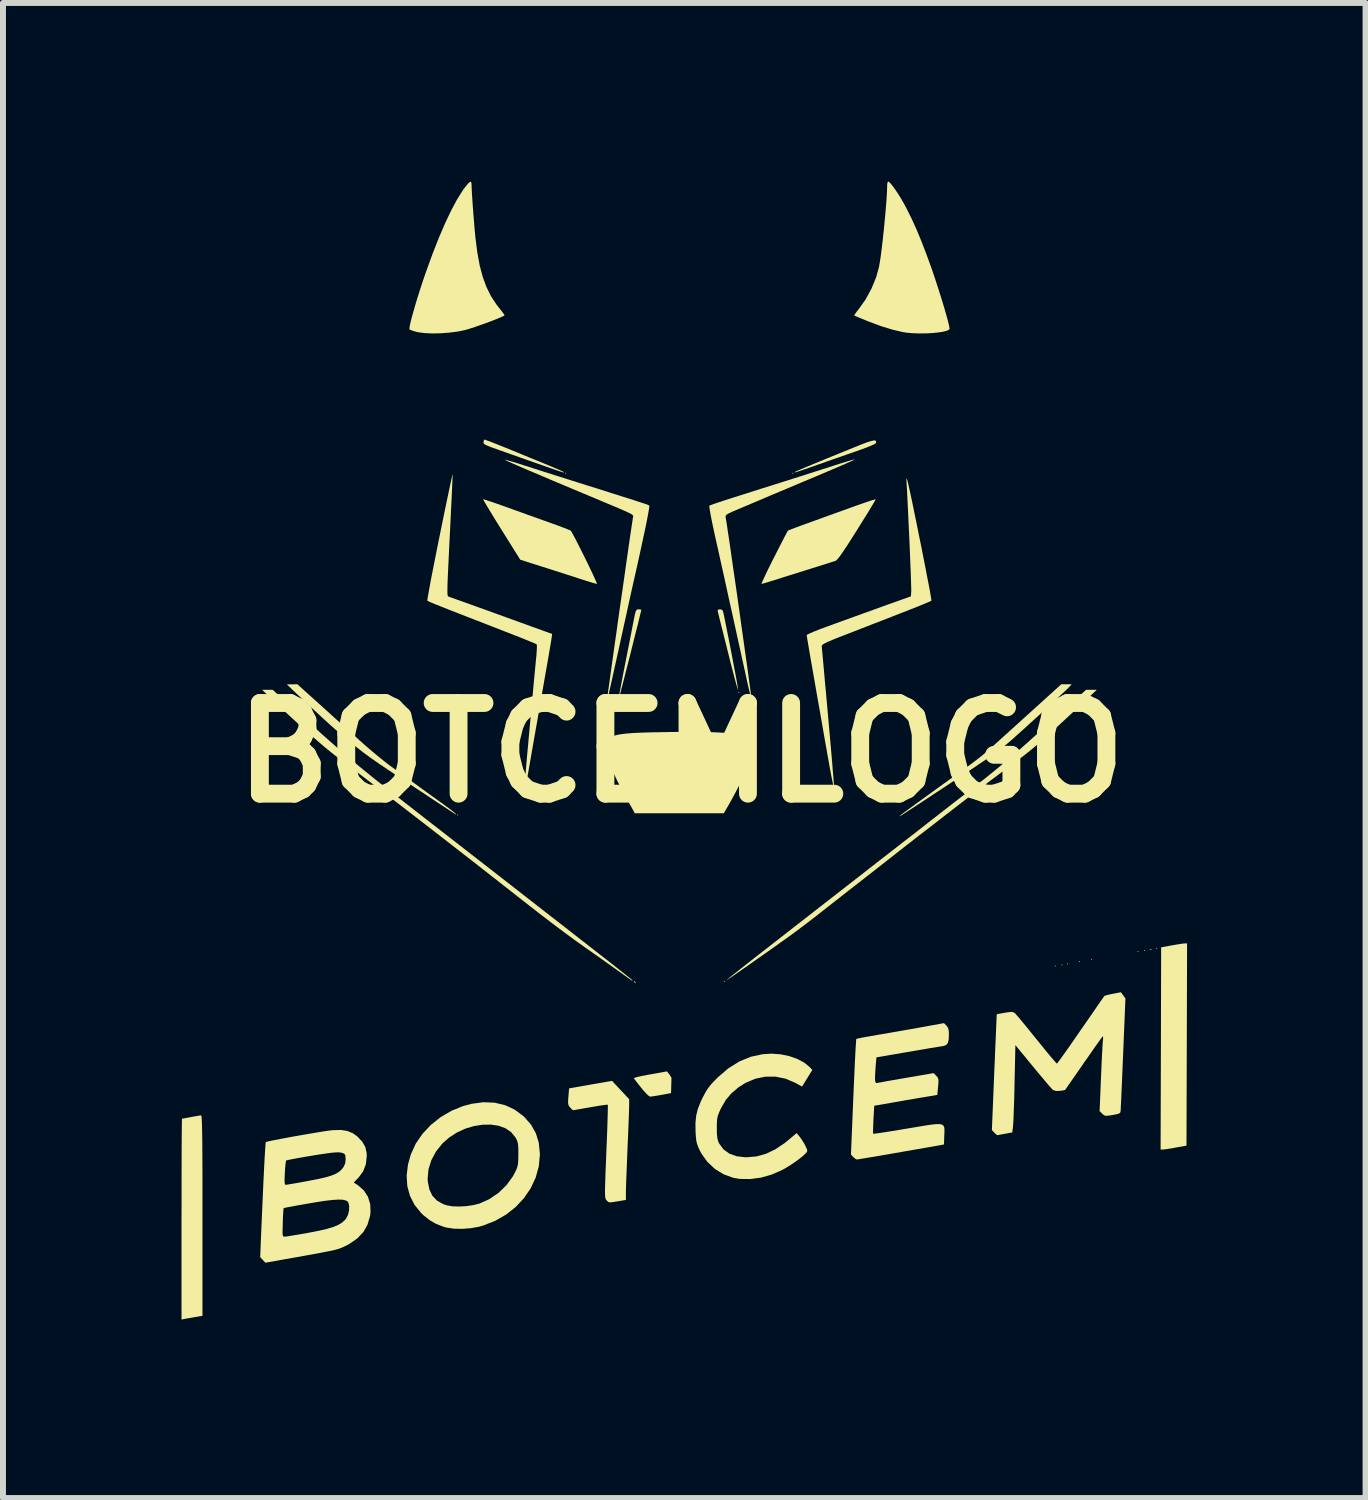
<source format=kicad_pcb>
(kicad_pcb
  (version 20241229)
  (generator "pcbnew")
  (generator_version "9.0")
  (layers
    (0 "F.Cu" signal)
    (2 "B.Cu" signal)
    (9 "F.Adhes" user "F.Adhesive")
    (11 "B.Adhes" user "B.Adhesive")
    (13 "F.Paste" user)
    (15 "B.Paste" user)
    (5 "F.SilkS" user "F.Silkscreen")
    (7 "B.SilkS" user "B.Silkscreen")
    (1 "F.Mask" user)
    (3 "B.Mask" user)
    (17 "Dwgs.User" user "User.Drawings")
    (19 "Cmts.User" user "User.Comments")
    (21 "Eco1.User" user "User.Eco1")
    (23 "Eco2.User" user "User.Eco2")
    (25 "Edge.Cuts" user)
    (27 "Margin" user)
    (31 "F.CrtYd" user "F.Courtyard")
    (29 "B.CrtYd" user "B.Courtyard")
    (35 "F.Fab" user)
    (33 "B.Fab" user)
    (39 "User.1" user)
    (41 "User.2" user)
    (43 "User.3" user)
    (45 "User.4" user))
  (footprint "BOTCEMLOGO"
    (layer "F.Cu")
    (at 8.393 9.597)
    (property "Reference" "BOTCEMLOGO" (at 0 0 0) (layer "F.SilkS") (effects (font (size 1.524 1.524) (thickness 0.3))))
    (attr board_only exclude_from_pos_files exclude_from_bom)
    (fp_poly (pts (xy -3.742 1.047) (xy -3.752 1.056) (xy -3.761 1.047) (xy -3.752 1.037)) (stroke (width 0) (type solid)) (fill yes) (layer "F.SilkS"))
    (fp_poly (pts (xy -1.927 -4.696) (xy -1.936 -4.687) (xy -1.945 -4.696) (xy -1.936 -4.706)) (stroke (width 0) (type solid)) (fill yes) (layer "F.SilkS"))
    (fp_poly (pts (xy -1.037 -0.917) (xy -1.047 -0.908) (xy -1.056 -0.917) (xy -1.047 -0.926)) (stroke (width 0) (type solid)) (fill yes) (layer "F.SilkS"))
    (fp_poly (pts (xy 0.741 3.844) (xy 0.732 3.854) (xy 0.723 3.844) (xy 0.732 3.835)) (stroke (width 0) (type solid)) (fill yes) (layer "F.SilkS"))
    (fp_poly (pts (xy 0.982 -1.01) (xy 0.973 -1) (xy 0.963 -1.01) (xy 0.973 -1.019)) (stroke (width 0) (type solid)) (fill yes) (layer "F.SilkS"))
    (fp_poly (pts (xy 1.89 -4.696) (xy 1.88 -4.687) (xy 1.871 -4.696) (xy 1.88 -4.706)) (stroke (width 0) (type solid)) (fill yes) (layer "F.SilkS"))
    (fp_poly (pts (xy 6.299 3.585) (xy 6.29 3.594) (xy 6.281 3.585) (xy 6.29 3.576)) (stroke (width 0) (type solid)) (fill yes) (layer "F.SilkS"))
    (fp_poly (pts (xy 6.41 3.566) (xy 6.401 3.576) (xy 6.392 3.566) (xy 6.401 3.557)) (stroke (width 0) (type solid)) (fill yes) (layer "F.SilkS"))
    (fp_poly (pts (xy 6.503 3.548) (xy 6.494 3.557) (xy 6.484 3.548) (xy 6.494 3.539)) (stroke (width 0) (type solid)) (fill yes) (layer "F.SilkS"))
    (fp_poly (pts (xy 6.707 3.511) (xy 6.697 3.52) (xy 6.688 3.511) (xy 6.697 3.502)) (stroke (width 0) (type solid)) (fill yes) (layer "F.SilkS"))
    (fp_poly (pts (xy 6.91 3.474) (xy 6.901 3.483) (xy 6.892 3.474) (xy 6.901 3.464)) (stroke (width 0) (type solid)) (fill yes) (layer "F.SilkS"))
    (fp_poly (pts (xy 7.689 3.344) (xy 7.679 3.353) (xy 7.67 3.344) (xy 7.679 3.335)) (stroke (width 0) (type solid)) (fill yes) (layer "F.SilkS"))
    (fp_poly (pts (xy 7.8 3.326) (xy 7.79 3.335) (xy 7.781 3.326) (xy 7.79 3.316)) (stroke (width 0) (type solid)) (fill yes) (layer "F.SilkS"))
    (fp_poly (pts (xy 8.004 3.288) (xy 7.994 3.298) (xy 7.985 3.288) (xy 7.994 3.279)) (stroke (width 0) (type solid)) (fill yes) (layer "F.SilkS"))
    (fp_poly (pts (xy -2.637 0.663) (xy -2.634 0.692) (xy -2.638 0.699) (xy -2.647 0.693) (xy -2.648 0.675) (xy -2.643 0.655)) (stroke (width 0) (type solid)) (fill yes) (layer "F.SilkS"))
    (fp_poly (pts (xy -1.247 -0.856) (xy -1.245 -0.827) (xy -1.249 -0.82) (xy -1.257 -0.826) (xy -1.258 -0.845) (xy -1.254 -0.864)) (stroke (width 0) (type solid)) (fill yes) (layer "F.SilkS"))
    (fp_poly (pts (xy 1.198 -0.883) (xy 1.2 -0.861) (xy 1.198 -0.858) (xy 1.187 -0.861) (xy 1.186 -0.871) (xy 1.192 -0.886)) (stroke (width 0) (type solid)) (fill yes) (layer "F.SilkS"))
    (fp_poly (pts (xy 7.905 3.304) (xy 7.902 3.315) (xy 7.892 3.316) (xy 7.877 3.309) (xy 7.88 3.304) (xy 7.902 3.302)) (stroke (width 0) (type solid)) (fill yes) (layer "F.SilkS"))
    (fp_poly (pts (xy -0.781 3.843) (xy -0.761 3.861) (xy -0.765 3.872) (xy -0.768 3.872) (xy -0.783 3.859) (xy -0.789 3.851) (xy -0.791 3.838)) (stroke (width 0) (type solid)) (fill yes) (layer "F.SilkS"))
    (fp_poly (pts (xy 8.499 4.904) (xy 8.494 6.603) (xy 8.318 6.635) (xy 8.237 6.65) (xy 8.166 6.661) (xy 8.115 6.668) (xy 8.101 6.669) (xy 8.059 6.67) (xy 8.064 4.971) (xy 8.068 3.272) (xy 8.244 3.239) (xy 8.325 3.225) (xy 8.397 3.214) (xy 8.447 3.207) (xy 8.462 3.206) (xy 8.504 3.205)) (stroke (width 0) (type solid)) (fill yes) (layer "F.SilkS"))
    (fp_poly (pts (xy -0.197 5.405) (xy -0.171 5.443) (xy -0.159 5.468) (xy -0.159 5.47) (xy -0.161 5.494) (xy -0.162 5.545) (xy -0.164 5.602) (xy -0.167 5.721) (xy -0.329 5.751) (xy -0.405 5.764) (xy -0.469 5.774) (xy -0.512 5.78) (xy -0.52 5.78) (xy -0.543 5.767) (xy -0.583 5.73) (xy -0.632 5.676) (xy -0.668 5.632) (xy -0.718 5.569) (xy -0.759 5.516) (xy -0.785 5.48) (xy -0.792 5.47) (xy -0.777 5.462) (xy -0.731 5.449) (xy -0.66 5.433) (xy -0.572 5.416) (xy -0.516 5.406) (xy -0.236 5.356)) (stroke (width 0) (type solid)) (fill yes) (layer "F.SilkS"))
    (fp_poly (pts (xy 0.683 -2.404) (xy 0.701 -2.386) (xy 0.714 -2.344) (xy 0.721 -2.311) (xy 0.76 -2.116) (xy 0.798 -1.928) (xy 0.833 -1.749) (xy 0.865 -1.583) (xy 0.893 -1.433) (xy 0.918 -1.304) (xy 0.937 -1.198) (xy 0.951 -1.118) (xy 0.958 -1.069) (xy 0.959 -1.053) (xy 0.954 -1.066) (xy 0.94 -1.111) (xy 0.919 -1.184) (xy 0.893 -1.282) (xy 0.862 -1.401) (xy 0.827 -1.536) (xy 0.79 -1.685) (xy 0.787 -1.697) (xy 0.749 -1.849) (xy 0.714 -1.989) (xy 0.682 -2.115) (xy 0.655 -2.222) (xy 0.635 -2.305) (xy 0.621 -2.36) (xy 0.615 -2.384) (xy 0.615 -2.385) (xy 0.625 -2.403) (xy 0.655 -2.408)) (stroke (width 0) (type solid)) (fill yes) (layer "F.SilkS"))
    (fp_poly (pts (xy 3.275 -5.24) (xy 3.279 -5.217) (xy 3.274 -5.201) (xy 3.254 -5.187) (xy 3.205 -5.163) (xy 3.132 -5.133) (xy 3.041 -5.099) (xy 2.952 -5.067) (xy 2.828 -5.024) (xy 2.682 -4.973) (xy 2.528 -4.92) (xy 2.379 -4.867) (xy 2.281 -4.833) (xy 2.15 -4.786) (xy 2.05 -4.752) (xy 1.979 -4.728) (xy 1.934 -4.714) (xy 1.912 -4.709) (xy 1.91 -4.712) (xy 1.926 -4.723) (xy 1.929 -4.725) (xy 1.955 -4.736) (xy 2.01 -4.76) (xy 2.092 -4.795) (xy 2.196 -4.838) (xy 2.318 -4.888) (xy 2.453 -4.944) (xy 2.599 -5.003) (xy 2.75 -5.065) (xy 2.903 -5.127) (xy 3.017 -5.173) (xy 3.124 -5.214) (xy 3.201 -5.238) (xy 3.25 -5.247)) (stroke (width 0) (type solid)) (fill yes) (layer "F.SilkS"))
    (fp_poly (pts (xy -0.678 -2.405) (xy -0.667 -2.4) (xy -0.671 -2.379) (xy -0.684 -2.327) (xy -0.703 -2.249) (xy -0.727 -2.149) (xy -0.757 -2.033) (xy -0.789 -1.904) (xy -0.823 -1.768) (xy -0.858 -1.628) (xy -0.893 -1.491) (xy -0.927 -1.36) (xy -0.957 -1.24) (xy -0.984 -1.136) (xy -1.006 -1.053) (xy -1.021 -0.995) (xy -1.029 -0.967) (xy -1.03 -0.965) (xy -1.037 -0.97) (xy -1.037 -0.973) (xy -1.034 -0.993) (xy -1.024 -1.045) (xy -1.009 -1.124) (xy -0.99 -1.226) (xy -0.967 -1.345) (xy -0.941 -1.478) (xy -0.913 -1.619) (xy -0.885 -1.764) (xy -0.856 -1.908) (xy -0.829 -2.047) (xy -0.804 -2.176) (xy -0.781 -2.29) (xy -0.777 -2.311) (xy -0.763 -2.368) (xy -0.748 -2.397) (xy -0.726 -2.408) (xy -0.712 -2.408)) (stroke (width 0) (type solid)) (fill yes) (layer "F.SilkS"))
    (fp_poly (pts (xy -3.298 -5.259) (xy -3.277 -5.252) (xy -3.241 -5.239) (xy -3.186 -5.219) (xy -3.111 -5.189) (xy -3.013 -5.15) (xy -2.889 -5.1) (xy -2.738 -5.038) (xy -2.556 -4.963) (xy -2.446 -4.918) (xy -2.297 -4.857) (xy -2.18 -4.809) (xy -2.091 -4.771) (xy -2.028 -4.744) (xy -1.988 -4.725) (xy -1.969 -4.713) (xy -1.966 -4.708) (xy -1.973 -4.708) (xy -1.995 -4.714) (xy -2.047 -4.731) (xy -2.124 -4.757) (xy -2.22 -4.79) (xy -2.331 -4.829) (xy -2.408 -4.856) (xy -2.545 -4.904) (xy -2.687 -4.954) (xy -2.825 -5.003) (xy -2.95 -5.047) (xy -3.052 -5.083) (xy -3.075 -5.092) (xy -3.175 -5.127) (xy -3.244 -5.154) (xy -3.288 -5.174) (xy -3.311 -5.191) (xy -3.319 -5.207) (xy -3.319 -5.216) (xy -3.311 -5.249) (xy -3.306 -5.259)) (stroke (width 0) (type solid)) (fill yes) (layer "F.SilkS"))
    (fp_poly (pts (xy -8.06 6.102) (xy -8.056 6.124) (xy -8.053 6.163) (xy -8.05 6.22) (xy -8.048 6.299) (xy -8.046 6.4) (xy -8.044 6.525) (xy -8.043 6.677) (xy -8.042 6.857) (xy -8.041 7.067) (xy -8.041 7.309) (xy -8.041 7.586) (xy -8.041 7.779) (xy -8.041 9.463) (xy -8.166 9.484) (xy -8.238 9.497) (xy -8.303 9.508) (xy -8.342 9.515) (xy -8.393 9.526) (xy -8.393 7.838) (xy -8.392 7.592) (xy -8.392 7.356) (xy -8.392 7.134) (xy -8.391 6.927) (xy -8.391 6.74) (xy -8.39 6.573) (xy -8.389 6.431) (xy -8.388 6.315) (xy -8.387 6.228) (xy -8.386 6.172) (xy -8.385 6.151) (xy -8.385 6.151) (xy -8.364 6.148) (xy -8.317 6.139) (xy -8.251 6.127) (xy -8.232 6.123) (xy -8.161 6.11) (xy -8.102 6.1) (xy -8.067 6.095) (xy -8.064 6.095)) (stroke (width 0) (type solid)) (fill yes) (layer "F.SilkS"))
    (fp_poly (pts (xy 0.335 -0.348) (xy 0.537 -0.343) (xy 0.708 -0.335) (xy 0.85 -0.324) (xy 0.967 -0.308) (xy 1.059 -0.288) (xy 1.129 -0.264) (xy 1.18 -0.236) (xy 1.19 -0.227) (xy 1.215 -0.182) (xy 1.222 -0.11) (xy 1.211 -0.018) (xy 1.184 0.09) (xy 1.179 0.105) (xy 1.148 0.185) (xy 1.102 0.289) (xy 1.046 0.41) (xy 0.983 0.539) (xy 0.916 0.669) (xy 0.85 0.791) (xy 0.808 0.866) (xy 0.719 1.019) (xy -0.775 1.019) (xy -0.923 0.755) (xy -0.998 0.616) (xy -1.071 0.473) (xy -1.137 0.333) (xy -1.194 0.205) (xy -1.237 0.095) (xy -1.26 0.028) (xy -1.272 -0.041) (xy -1.276 -0.115) (xy -1.275 -0.129) (xy -1.267 -0.185) (xy -1.247 -0.219) (xy -1.211 -0.245) (xy -1.169 -0.267) (xy -1.121 -0.285) (xy -1.064 -0.3) (xy -0.994 -0.312) (xy -0.907 -0.322) (xy -0.8 -0.33) (xy -0.669 -0.336) (xy -0.511 -0.341) (xy -0.323 -0.344) (xy -0.169 -0.347) (xy 0.1 -0.349)) (stroke (width 0) (type solid)) (fill yes) (layer "F.SilkS"))
    (fp_poly (pts (xy -3.307 -4.254) (xy -3.259 -4.239) (xy -3.185 -4.214) (xy -3.091 -4.182) (xy -2.981 -4.143) (xy -2.896 -4.113) (xy -2.755 -4.062) (xy -2.603 -4.007) (xy -2.452 -3.953) (xy -2.312 -3.903) (xy -2.194 -3.861) (xy -2.169 -3.852) (xy -2.069 -3.816) (xy -1.982 -3.783) (xy -1.912 -3.756) (xy -1.867 -3.737) (xy -1.852 -3.729) (xy -1.835 -3.703) (xy -1.806 -3.65) (xy -1.767 -3.577) (xy -1.722 -3.488) (xy -1.672 -3.389) (xy -1.62 -3.285) (xy -1.569 -3.181) (xy -1.521 -3.081) (xy -1.479 -2.992) (xy -1.445 -2.918) (xy -1.422 -2.865) (xy -1.412 -2.838) (xy -1.413 -2.835) (xy -1.437 -2.841) (xy -1.491 -2.856) (xy -1.566 -2.879) (xy -1.657 -2.908) (xy -1.714 -2.926) (xy -1.826 -2.963) (xy -1.961 -3.006) (xy -2.107 -3.053) (xy -2.25 -3.099) (xy -2.346 -3.129) (xy -2.701 -3.242) (xy -3.017 -3.747) (xy -3.093 -3.869) (xy -3.162 -3.982) (xy -3.222 -4.08) (xy -3.27 -4.16) (xy -3.305 -4.219) (xy -3.323 -4.252) (xy -3.326 -4.258)) (stroke (width 0) (type solid)) (fill yes) (layer "F.SilkS"))
    (fp_poly (pts (xy -6.081 -0.82) (xy -5.96 -0.711) (xy -5.828 -0.591) (xy -5.692 -0.469) (xy -5.562 -0.352) (xy -5.447 -0.248) (xy -5.409 -0.213) (xy -5.304 -0.12) (xy -5.193 -0.025) (xy -5.085 0.065) (xy -4.987 0.144) (xy -4.907 0.206) (xy -4.899 0.212) (xy -4.805 0.28) (xy -4.704 0.353) (xy -4.608 0.422) (xy -4.539 0.473) (xy -4.472 0.521) (xy -4.384 0.585) (xy -4.281 0.659) (xy -4.174 0.737) (xy -4.08 0.804) (xy -3.971 0.883) (xy -3.89 0.943) (xy -3.833 0.986) (xy -3.798 1.015) (xy -3.782 1.031) (xy -3.781 1.037) (xy -3.784 1.037) (xy -3.8 1.028) (xy -3.843 1) (xy -3.908 0.958) (xy -3.991 0.903) (xy -4.087 0.84) (xy -4.16 0.792) (xy -4.289 0.706) (xy -4.439 0.607) (xy -4.597 0.503) (xy -4.753 0.4) (xy -4.896 0.305) (xy -4.932 0.281) (xy -5.074 0.186) (xy -5.207 0.093) (xy -5.335 -0.001) (xy -5.463 -0.1) (xy -5.594 -0.205) (xy -5.73 -0.322) (xy -5.878 -0.451) (xy -6.039 -0.598) (xy -6.218 -0.764) (xy -6.419 -0.953) (xy -6.457 -0.989) (xy -6.623 -1.147) (xy -6.534 -1.148) (xy -6.446 -1.149)) (stroke (width 0) (type solid)) (fill yes) (layer "F.SilkS"))
    (fp_poly (pts (xy 3.263 -4.24) (xy 3.238 -4.196) (xy 3.197 -4.128) (xy 3.144 -4.039) (xy 3.079 -3.935) (xy 3.006 -3.818) (xy 2.959 -3.743) (xy 2.864 -3.593) (xy 2.787 -3.472) (xy 2.724 -3.379) (xy 2.676 -3.309) (xy 2.639 -3.262) (xy 2.612 -3.233) (xy 2.594 -3.221) (xy 2.565 -3.213) (xy 2.506 -3.194) (xy 2.421 -3.167) (xy 2.314 -3.133) (xy 2.189 -3.094) (xy 2.052 -3.051) (xy 1.958 -3.021) (xy 1.816 -2.977) (xy 1.686 -2.936) (xy 1.572 -2.9) (xy 1.477 -2.871) (xy 1.406 -2.85) (xy 1.364 -2.837) (xy 1.353 -2.835) (xy 1.357 -2.85) (xy 1.376 -2.895) (xy 1.408 -2.964) (xy 1.45 -3.053) (xy 1.502 -3.158) (xy 1.56 -3.274) (xy 1.561 -3.275) (xy 1.62 -3.392) (xy 1.675 -3.499) (xy 1.722 -3.59) (xy 1.759 -3.662) (xy 1.784 -3.709) (xy 1.795 -3.728) (xy 1.803 -3.733) (xy 1.824 -3.742) (xy 1.859 -3.756) (xy 1.911 -3.776) (xy 1.982 -3.802) (xy 2.074 -3.836) (xy 2.19 -3.878) (xy 2.331 -3.929) (xy 2.501 -3.991) (xy 2.7 -4.062) (xy 2.932 -4.146) (xy 2.952 -4.153) (xy 3.052 -4.188) (xy 3.14 -4.218) (xy 3.21 -4.241) (xy 3.255 -4.254) (xy 3.271 -4.257)) (stroke (width 0) (type solid)) (fill yes) (layer "F.SilkS"))
    (fp_poly (pts (xy -1.015 5.669) (xy -0.871 5.823) (xy -0.871 5.926) (xy -0.872 5.97) (xy -0.874 6.045) (xy -0.878 6.147) (xy -0.883 6.27) (xy -0.888 6.409) (xy -0.895 6.558) (xy -0.899 6.651) (xy -0.905 6.805) (xy -0.911 6.953) (xy -0.916 7.089) (xy -0.921 7.207) (xy -0.924 7.303) (xy -0.926 7.37) (xy -0.926 7.394) (xy -0.926 7.516) (xy -1.055 7.538) (xy -1.131 7.55) (xy -1.179 7.556) (xy -1.208 7.555) (xy -1.227 7.546) (xy -1.245 7.528) (xy -1.252 7.521) (xy -1.26 7.51) (xy -1.267 7.497) (xy -1.272 7.478) (xy -1.275 7.449) (xy -1.277 7.407) (xy -1.277 7.349) (xy -1.275 7.271) (xy -1.272 7.169) (xy -1.268 7.041) (xy -1.261 6.882) (xy -1.254 6.703) (xy -1.247 6.537) (xy -1.241 6.382) (xy -1.236 6.244) (xy -1.233 6.124) (xy -1.23 6.028) (xy -1.229 5.959) (xy -1.229 5.922) (xy -1.229 5.916) (xy -1.249 5.916) (xy -1.299 5.922) (xy -1.373 5.933) (xy -1.464 5.948) (xy -1.527 5.959) (xy -1.817 6.009) (xy -1.861 5.964) (xy -1.883 5.938) (xy -1.894 5.91) (xy -1.898 5.87) (xy -1.894 5.808) (xy -1.892 5.78) (xy -1.88 5.641) (xy -1.52 5.578) (xy -1.159 5.515)) (stroke (width 0) (type solid)) (fill yes) (layer "F.SilkS"))
    (fp_poly (pts (xy -3.52 -9.563) (xy -3.52 -9.555) (xy -3.518 -9.5) (xy -3.514 -9.416) (xy -3.507 -9.31) (xy -3.499 -9.188) (xy -3.489 -9.059) (xy -3.479 -8.93) (xy -3.469 -8.808) (xy -3.459 -8.701) (xy -3.454 -8.652) (xy -3.422 -8.402) (xy -3.382 -8.184) (xy -3.331 -7.993) (xy -3.269 -7.824) (xy -3.194 -7.672) (xy -3.103 -7.533) (xy -3.047 -7.461) (xy -3.006 -7.41) (xy -2.977 -7.37) (xy -2.964 -7.35) (xy -2.964 -7.35) (xy -2.981 -7.338) (xy -3.026 -7.317) (xy -3.094 -7.288) (xy -3.178 -7.255) (xy -3.272 -7.22) (xy -3.37 -7.185) (xy -3.465 -7.152) (xy -3.551 -7.124) (xy -3.622 -7.103) (xy -3.629 -7.101) (xy -3.75 -7.076) (xy -3.889 -7.058) (xy -4.036 -7.047) (xy -4.179 -7.044) (xy -4.309 -7.05) (xy -4.416 -7.064) (xy -4.437 -7.069) (xy -4.498 -7.086) (xy -4.543 -7.102) (xy -4.562 -7.111) (xy -4.563 -7.135) (xy -4.554 -7.19) (xy -4.535 -7.272) (xy -4.507 -7.375) (xy -4.472 -7.497) (xy -4.432 -7.632) (xy -4.386 -7.777) (xy -4.337 -7.927) (xy -4.289 -8.067) (xy -4.178 -8.373) (xy -4.069 -8.651) (xy -3.962 -8.9) (xy -3.858 -9.118) (xy -3.759 -9.302) (xy -3.664 -9.453) (xy -3.632 -9.496) (xy -3.582 -9.558) (xy -3.548 -9.59) (xy -3.528 -9.591)) (stroke (width 0) (type solid)) (fill yes) (layer "F.SilkS"))
    (fp_poly (pts (xy 3.506 -9.581) (xy 3.543 -9.539) (xy 3.59 -9.476) (xy 3.643 -9.398) (xy 3.698 -9.31) (xy 3.751 -9.217) (xy 3.786 -9.152) (xy 3.875 -8.973) (xy 3.96 -8.786) (xy 4.044 -8.583) (xy 4.13 -8.358) (xy 4.205 -8.152) (xy 4.251 -8.018) (xy 4.297 -7.879) (xy 4.342 -7.739) (xy 4.385 -7.602) (xy 4.424 -7.473) (xy 4.457 -7.357) (xy 4.484 -7.259) (xy 4.503 -7.182) (xy 4.512 -7.133) (xy 4.512 -7.115) (xy 4.481 -7.094) (xy 4.419 -7.076) (xy 4.333 -7.062) (xy 4.231 -7.051) (xy 4.118 -7.045) (xy 4.002 -7.044) (xy 3.888 -7.048) (xy 3.784 -7.058) (xy 3.723 -7.068) (xy 3.549 -7.109) (xy 3.364 -7.166) (xy 3.159 -7.242) (xy 3.127 -7.255) (xy 3.046 -7.288) (xy 2.979 -7.316) (xy 2.932 -7.336) (xy 2.912 -7.345) (xy 2.912 -7.346) (xy 2.919 -7.362) (xy 2.945 -7.4) (xy 2.984 -7.45) (xy 2.989 -7.456) (xy 3.103 -7.617) (xy 3.202 -7.8) (xy 3.28 -7.99) (xy 3.326 -8.157) (xy 3.341 -8.24) (xy 3.358 -8.353) (xy 3.375 -8.489) (xy 3.393 -8.642) (xy 3.41 -8.803) (xy 3.426 -8.967) (xy 3.44 -9.126) (xy 3.452 -9.273) (xy 3.46 -9.401) (xy 3.464 -9.504) (xy 3.464 -9.537) (xy 3.469 -9.578) (xy 3.482 -9.597) (xy 3.483 -9.597)) (stroke (width 0) (type solid)) (fill yes) (layer "F.SilkS"))
    (fp_poly (pts (xy 6.52 -1.1) (xy 6.49 -1.07) (xy 6.436 -1.019) (xy 6.363 -0.951) (xy 6.275 -0.869) (xy 6.176 -0.777) (xy 6.07 -0.679) (xy 5.96 -0.579) (xy 5.852 -0.481) (xy 5.749 -0.387) (xy 5.655 -0.303) (xy 5.575 -0.231) (xy 5.512 -0.176) (xy 5.502 -0.168) (xy 5.461 -0.133) (xy 5.42 -0.099) (xy 5.376 -0.065) (xy 5.327 -0.028) (xy 5.271 0.014) (xy 5.203 0.061) (xy 5.123 0.116) (xy 5.027 0.181) (xy 4.913 0.258) (xy 4.777 0.348) (xy 4.618 0.453) (xy 4.433 0.575) (xy 4.261 0.688) (xy 4.107 0.79) (xy 3.982 0.872) (xy 3.881 0.938) (xy 3.804 0.988) (xy 3.748 1.025) (xy 3.708 1.05) (xy 3.684 1.064) (xy 3.672 1.07) (xy 3.67 1.069) (xy 3.675 1.064) (xy 3.678 1.061) (xy 3.699 1.043) (xy 3.75 1.005) (xy 3.829 0.947) (xy 3.935 0.869) (xy 4.066 0.774) (xy 4.222 0.661) (xy 4.401 0.532) (xy 4.602 0.388) (xy 4.632 0.366) (xy 4.757 0.276) (xy 4.858 0.203) (xy 4.94 0.142) (xy 5.009 0.089) (xy 5.07 0.04) (xy 5.13 -0.011) (xy 5.193 -0.067) (xy 5.267 -0.132) (xy 5.284 -0.148) (xy 5.342 -0.2) (xy 5.421 -0.272) (xy 5.519 -0.36) (xy 5.629 -0.46) (xy 5.746 -0.566) (xy 5.867 -0.675) (xy 5.924 -0.727) (xy 6.39 -1.149) (xy 6.565 -1.149)) (stroke (width 0) (type solid)) (fill yes) (layer "F.SilkS"))
    (fp_poly (pts (xy -6.177 -0.44) (xy -6.015 -0.294) (xy -5.867 -0.163) (xy -5.731 -0.044) (xy -5.6 0.069) (xy -5.469 0.179) (xy -5.334 0.29) (xy -5.19 0.407) (xy -5.032 0.533) (xy -4.855 0.672) (xy -4.654 0.829) (xy -4.622 0.854) (xy -4.228 1.161) (xy -3.861 1.446) (xy -3.522 1.71) (xy -3.208 1.954) (xy -2.92 2.178) (xy -2.656 2.384) (xy -2.415 2.572) (xy -2.196 2.743) (xy -1.997 2.897) (xy -1.819 3.036) (xy -1.659 3.161) (xy -1.518 3.271) (xy -1.392 3.369) (xy -1.283 3.454) (xy -1.188 3.528) (xy -1.107 3.592) (xy -1.039 3.646) (xy -0.982 3.691) (xy -0.935 3.728) (xy -0.898 3.757) (xy -0.869 3.78) (xy -0.848 3.797) (xy -0.833 3.81) (xy -0.823 3.818) (xy -0.818 3.824) (xy -0.815 3.827) (xy -0.815 3.827) (xy -0.815 3.831) (xy -0.819 3.832) (xy -0.83 3.826) (xy -0.852 3.811) (xy -0.889 3.785) (xy -0.947 3.744) (xy -1.027 3.686) (xy -1.087 3.644) (xy -1.196 3.566) (xy -1.317 3.48) (xy -1.436 3.396) (xy -1.543 3.321) (xy -1.576 3.298) (xy -1.754 3.172) (xy -1.948 3.03) (xy -2.161 2.87) (xy -2.395 2.691) (xy -2.653 2.489) (xy -2.677 2.47) (xy -2.948 2.258) (xy -3.222 2.043) (xy -3.498 1.827) (xy -3.772 1.614) (xy -4.042 1.404) (xy -4.305 1.2) (xy -4.558 1.005) (xy -4.798 0.82) (xy -5.023 0.648) (xy -5.229 0.49) (xy -5.413 0.35) (xy -5.574 0.229) (xy -5.678 0.151) (xy -5.833 0.032) (xy -6 -0.104) (xy -6.182 -0.261) (xy -6.382 -0.439) (xy -6.601 -0.64) (xy -6.842 -0.868) (xy -6.877 -0.902) (xy -7.039 -1.056) (xy -6.861 -1.056)) (stroke (width 0) (type solid)) (fill yes) (layer "F.SilkS"))
    (fp_poly (pts (xy 1.675 5.069) (xy 1.822 5.1) (xy 1.959 5.149) (xy 2.076 5.212) (xy 2.157 5.279) (xy 2.207 5.331) (xy 2.034 5.611) (xy 1.918 5.547) (xy 1.756 5.478) (xy 1.587 5.444) (xy 1.416 5.445) (xy 1.247 5.48) (xy 1.084 5.549) (xy 0.963 5.626) (xy 0.844 5.728) (xy 0.751 5.839) (xy 0.674 5.972) (xy 0.663 5.994) (xy 0.635 6.058) (xy 0.617 6.109) (xy 0.607 6.162) (xy 0.603 6.229) (xy 0.602 6.308) (xy 0.603 6.4) (xy 0.609 6.465) (xy 0.619 6.514) (xy 0.636 6.557) (xy 0.643 6.57) (xy 0.715 6.667) (xy 0.813 6.738) (xy 0.935 6.782) (xy 1.082 6.799) (xy 1.101 6.799) (xy 1.267 6.785) (xy 1.426 6.741) (xy 1.583 6.667) (xy 1.742 6.56) (xy 1.81 6.505) (xy 1.943 6.393) (xy 1.992 6.451) (xy 2.029 6.502) (xy 2.069 6.567) (xy 2.087 6.6) (xy 2.112 6.653) (xy 2.122 6.685) (xy 2.117 6.707) (xy 2.099 6.729) (xy 2.041 6.784) (xy 1.959 6.848) (xy 1.862 6.916) (xy 1.76 6.979) (xy 1.699 7.013) (xy 1.526 7.089) (xy 1.344 7.141) (xy 1.163 7.165) (xy 0.989 7.163) (xy 0.879 7.144) (xy 0.717 7.086) (xy 0.571 6.996) (xy 0.445 6.879) (xy 0.344 6.738) (xy 0.321 6.695) (xy 0.289 6.627) (xy 0.269 6.571) (xy 0.256 6.514) (xy 0.249 6.443) (xy 0.245 6.368) (xy 0.243 6.224) (xy 0.255 6.101) (xy 0.283 5.987) (xy 0.331 5.866) (xy 0.366 5.793) (xy 0.409 5.711) (xy 0.452 5.642) (xy 0.503 5.577) (xy 0.57 5.505) (xy 0.619 5.456) (xy 0.794 5.305) (xy 0.979 5.19) (xy 1.173 5.11) (xy 1.375 5.067) (xy 1.524 5.058)) (stroke (width 0) (type solid)) (fill yes) (layer "F.SilkS"))
    (fp_poly (pts (xy -3.13 5.882) (xy -2.955 5.924) (xy -2.794 5.999) (xy -2.648 6.108) (xy -2.635 6.12) (xy -2.52 6.251) (xy -2.439 6.394) (xy -2.39 6.553) (xy -2.372 6.732) (xy -2.371 6.751) (xy -2.389 6.949) (xy -2.441 7.139) (xy -2.525 7.319) (xy -2.638 7.485) (xy -2.776 7.633) (xy -2.939 7.762) (xy -3.122 7.867) (xy -3.324 7.946) (xy -3.398 7.967) (xy -3.533 7.991) (xy -3.676 8.002) (xy -3.814 7.999) (xy -3.937 7.981) (xy -3.983 7.969) (xy -4.114 7.919) (xy -4.222 7.857) (xy -4.324 7.776) (xy -4.368 7.734) (xy -4.477 7.599) (xy -4.554 7.448) (xy -4.599 7.283) (xy -4.607 7.156) (xy -4.257 7.156) (xy -4.255 7.205) (xy -4.229 7.338) (xy -4.178 7.445) (xy -4.101 7.527) (xy -3.996 7.586) (xy -3.931 7.608) (xy -3.842 7.623) (xy -3.73 7.627) (xy -3.608 7.62) (xy -3.49 7.603) (xy -3.39 7.578) (xy -3.223 7.504) (xy -3.069 7.399) (xy -2.935 7.271) (xy -2.827 7.123) (xy -2.792 7.059) (xy -2.765 7.002) (xy -2.748 6.954) (xy -2.738 6.905) (xy -2.734 6.842) (xy -2.733 6.755) (xy -2.733 6.744) (xy -2.733 6.654) (xy -2.737 6.591) (xy -2.745 6.545) (xy -2.76 6.506) (xy -2.783 6.464) (xy -2.784 6.462) (xy -2.856 6.375) (xy -2.951 6.311) (xy -3.066 6.269) (xy -3.195 6.25) (xy -3.335 6.252) (xy -3.479 6.275) (xy -3.624 6.318) (xy -3.764 6.382) (xy -3.894 6.466) (xy -4.009 6.567) (xy -4.116 6.701) (xy -4.195 6.848) (xy -4.243 7.002) (xy -4.257 7.156) (xy -4.607 7.156) (xy -4.61 7.106) (xy -4.587 6.919) (xy -4.54 6.752) (xy -4.458 6.572) (xy -4.344 6.405) (xy -4.203 6.255) (xy -4.038 6.124) (xy -3.855 6.017) (xy -3.657 5.937) (xy -3.52 5.901) (xy -3.319 5.874)) (stroke (width 0) (type solid)) (fill yes) (layer "F.SilkS"))
    (fp_poly (pts (xy 2.913 -4.924) (xy 2.889 -4.911) (xy 2.841 -4.888) (xy 2.768 -4.856) (xy 2.669 -4.813) (xy 2.541 -4.758) (xy 2.383 -4.691) (xy 2.194 -4.611) (xy 2.066 -4.558) (xy 1.932 -4.501) (xy 1.792 -4.442) (xy 1.656 -4.385) (xy 1.532 -4.333) (xy 1.431 -4.29) (xy 1.408 -4.28) (xy 1.295 -4.232) (xy 1.172 -4.18) (xy 1.052 -4.129) (xy 0.952 -4.087) (xy 0.95 -4.086) (xy 0.863 -4.049) (xy 0.805 -4.022) (xy 0.77 -4.002) (xy 0.753 -3.985) (xy 0.749 -3.967) (xy 0.751 -3.949) (xy 0.759 -3.902) (xy 0.772 -3.824) (xy 0.787 -3.718) (xy 0.807 -3.588) (xy 0.829 -3.438) (xy 0.853 -3.27) (xy 0.879 -3.088) (xy 0.907 -2.896) (xy 0.936 -2.696) (xy 0.965 -2.492) (xy 0.994 -2.287) (xy 1.022 -2.085) (xy 1.05 -1.888) (xy 1.076 -1.701) (xy 1.101 -1.526) (xy 1.123 -1.367) (xy 1.142 -1.227) (xy 1.158 -1.109) (xy 1.17 -1.017) (xy 1.178 -0.955) (xy 1.181 -0.924) (xy 1.181 -0.922) (xy 1.176 -0.933) (xy 1.164 -0.975) (xy 1.147 -1.043) (xy 1.126 -1.131) (xy 1.105 -1.226) (xy 1.068 -1.396) (xy 1.024 -1.593) (xy 0.977 -1.809) (xy 0.926 -2.039) (xy 0.874 -2.278) (xy 0.82 -2.519) (xy 0.768 -2.756) (xy 0.718 -2.985) (xy 0.67 -3.198) (xy 0.628 -3.39) (xy 0.591 -3.555) (xy 0.572 -3.639) (xy 0.544 -3.769) (xy 0.519 -3.888) (xy 0.499 -3.991) (xy 0.485 -4.071) (xy 0.477 -4.126) (xy 0.476 -4.15) (xy 0.476 -4.15) (xy 0.497 -4.159) (xy 0.549 -4.178) (xy 0.626 -4.204) (xy 0.725 -4.237) (xy 0.84 -4.274) (xy 0.967 -4.314) (xy 0.973 -4.316) (xy 1.348 -4.435) (xy 1.69 -4.543) (xy 2 -4.641) (xy 2.28 -4.731) (xy 2.532 -4.811) (xy 2.555 -4.819) (xy 2.661 -4.853) (xy 2.757 -4.882) (xy 2.835 -4.906) (xy 2.889 -4.922) (xy 2.915 -4.928) (xy 2.916 -4.928)) (stroke (width 0) (type solid)) (fill yes) (layer "F.SilkS"))
    (fp_poly (pts (xy -2.939 -4.919) (xy -2.891 -4.905) (xy -2.818 -4.884) (xy -2.727 -4.856) (xy -2.622 -4.822) (xy -2.611 -4.819) (xy -2.513 -4.788) (xy -2.387 -4.747) (xy -2.239 -4.7) (xy -2.075 -4.648) (xy -1.901 -4.593) (xy -1.725 -4.537) (xy -1.556 -4.484) (xy -1.342 -4.417) (xy -1.161 -4.359) (xy -1.009 -4.311) (xy -0.884 -4.272) (xy -0.784 -4.24) (xy -0.705 -4.214) (xy -0.646 -4.195) (xy -0.602 -4.18) (xy -0.572 -4.17) (xy -0.553 -4.162) (xy -0.541 -4.157) (xy -0.535 -4.153) (xy -0.533 -4.151) (xy -0.533 -4.13) (xy -0.541 -4.074) (xy -0.557 -3.985) (xy -0.58 -3.865) (xy -0.611 -3.716) (xy -0.649 -3.54) (xy -0.693 -3.337) (xy -0.743 -3.111) (xy -0.776 -2.964) (xy -0.793 -2.889) (xy -0.817 -2.783) (xy -0.846 -2.652) (xy -0.879 -2.503) (xy -0.914 -2.341) (xy -0.952 -2.171) (xy -0.989 -2.001) (xy -0.991 -1.992) (xy -1.042 -1.76) (xy -1.086 -1.561) (xy -1.123 -1.395) (xy -1.153 -1.257) (xy -1.178 -1.146) (xy -1.198 -1.059) (xy -1.213 -0.994) (xy -1.224 -0.948) (xy -1.232 -0.919) (xy -1.237 -0.905) (xy -1.239 -0.903) (xy -1.24 -0.906) (xy -1.237 -0.928) (xy -1.23 -0.983) (xy -1.219 -1.068) (xy -1.203 -1.179) (xy -1.185 -1.314) (xy -1.163 -1.469) (xy -1.139 -1.641) (xy -1.113 -1.826) (xy -1.085 -2.021) (xy -1.057 -2.223) (xy -1.028 -2.428) (xy -0.998 -2.634) (xy -0.969 -2.836) (xy -0.941 -3.031) (xy -0.915 -3.217) (xy -0.89 -3.389) (xy -0.868 -3.545) (xy -0.848 -3.681) (xy -0.831 -3.793) (xy -0.818 -3.879) (xy -0.81 -3.935) (xy -0.806 -3.958) (xy -0.803 -3.969) (xy -0.804 -3.979) (xy -0.81 -3.99) (xy -0.825 -4.003) (xy -0.853 -4.019) (xy -0.897 -4.04) (xy -0.959 -4.068) (xy -1.044 -4.105) (xy -1.153 -4.151) (xy -1.292 -4.209) (xy -1.417 -4.262) (xy -1.697 -4.379) (xy -1.943 -4.482) (xy -2.159 -4.573) (xy -2.345 -4.652) (xy -2.503 -4.719) (xy -2.635 -4.775) (xy -2.742 -4.821) (xy -2.825 -4.858) (xy -2.887 -4.885) (xy -2.929 -4.905) (xy -2.952 -4.917) (xy -2.958 -4.922) (xy -2.958 -4.922)) (stroke (width 0) (type solid)) (fill yes) (layer "F.SilkS"))
    (fp_poly (pts (xy 4.46 4.587) (xy 4.487 4.624) (xy 4.499 4.671) (xy 4.502 4.732) (xy 4.498 4.819) (xy 4.485 4.876) (xy 4.458 4.911) (xy 4.414 4.929) (xy 4.388 4.933) (xy 4.348 4.939) (xy 4.278 4.951) (xy 4.183 4.966) (xy 4.068 4.986) (xy 3.939 5.008) (xy 3.802 5.031) (xy 3.796 5.032) (xy 3.284 5.12) (xy 3.272 5.258) (xy 3.264 5.374) (xy 3.26 5.457) (xy 3.262 5.512) (xy 3.27 5.542) (xy 3.284 5.553) (xy 3.293 5.552) (xy 3.32 5.546) (xy 3.378 5.536) (xy 3.461 5.52) (xy 3.565 5.502) (xy 3.685 5.481) (xy 3.785 5.464) (xy 4.244 5.385) (xy 4.289 5.43) (xy 4.311 5.455) (xy 4.323 5.482) (xy 4.327 5.521) (xy 4.323 5.581) (xy 4.32 5.613) (xy 4.307 5.751) (xy 4.113 5.784) (xy 4.027 5.798) (xy 3.917 5.817) (xy 3.791 5.838) (xy 3.663 5.861) (xy 3.583 5.875) (xy 3.247 5.933) (xy 3.234 6.165) (xy 3.23 6.253) (xy 3.228 6.327) (xy 3.227 6.38) (xy 3.229 6.403) (xy 3.23 6.404) (xy 3.249 6.403) (xy 3.301 6.396) (xy 3.38 6.385) (xy 3.482 6.369) (xy 3.603 6.35) (xy 3.737 6.327) (xy 3.798 6.317) (xy 3.967 6.289) (xy 4.103 6.266) (xy 4.21 6.25) (xy 4.291 6.242) (xy 4.349 6.242) (xy 4.388 6.251) (xy 4.412 6.27) (xy 4.424 6.299) (xy 4.427 6.338) (xy 4.426 6.389) (xy 4.424 6.436) (xy 4.419 6.584) (xy 4.122 6.637) (xy 3.919 6.672) (xy 3.726 6.706) (xy 3.548 6.737) (xy 3.387 6.765) (xy 3.247 6.789) (xy 3.13 6.808) (xy 3.041 6.823) (xy 2.981 6.833) (xy 2.954 6.836) (xy 2.954 6.836) (xy 2.928 6.824) (xy 2.895 6.795) (xy 2.856 6.753) (xy 2.896 5.786) (xy 2.904 5.601) (xy 2.912 5.426) (xy 2.919 5.267) (xy 2.926 5.126) (xy 2.932 5.006) (xy 2.938 4.912) (xy 2.942 4.847) (xy 2.945 4.814) (xy 2.946 4.81) (xy 2.966 4.805) (xy 3.018 4.794) (xy 3.095 4.779) (xy 3.193 4.762) (xy 3.305 4.742) (xy 3.354 4.734) (xy 3.5 4.709) (xy 3.66 4.681) (xy 3.822 4.653) (xy 3.972 4.626) (xy 4.085 4.606) (xy 4.419 4.545)) (stroke (width 0) (type solid)) (fill yes) (layer "F.SilkS"))
    (fp_poly (pts (xy 6.814 -0.893) (xy 6.697 -0.782) (xy 6.569 -0.664) (xy 6.438 -0.542) (xy 6.309 -0.424) (xy 6.189 -0.315) (xy 6.084 -0.221) (xy 6.011 -0.156) (xy 5.954 -0.107) (xy 5.898 -0.06) (xy 5.837 -0.011) (xy 5.769 0.043) (xy 5.688 0.105) (xy 5.59 0.179) (xy 5.472 0.267) (xy 5.327 0.374) (xy 5.317 0.382) (xy 5.206 0.465) (xy 5.079 0.561) (xy 4.947 0.661) (xy 4.824 0.755) (xy 4.771 0.796) (xy 4.673 0.872) (xy 4.554 0.964) (xy 4.424 1.065) (xy 4.29 1.169) (xy 4.162 1.268) (xy 4.113 1.306) (xy 4.002 1.391) (xy 3.895 1.475) (xy 3.795 1.552) (xy 3.71 1.619) (xy 3.644 1.67) (xy 3.613 1.695) (xy 3.565 1.733) (xy 3.493 1.789) (xy 3.403 1.86) (xy 3.3 1.94) (xy 3.191 2.026) (xy 3.103 2.094) (xy 2.974 2.195) (xy 2.831 2.306) (xy 2.685 2.421) (xy 2.544 2.531) (xy 2.419 2.629) (xy 2.377 2.662) (xy 2.264 2.751) (xy 2.143 2.844) (xy 2.024 2.934) (xy 1.915 3.016) (xy 1.825 3.082) (xy 1.812 3.091) (xy 1.681 3.184) (xy 1.547 3.28) (xy 1.413 3.375) (xy 1.282 3.466) (xy 1.159 3.553) (xy 1.047 3.631) (xy 0.948 3.7) (xy 0.867 3.756) (xy 0.806 3.797) (xy 0.769 3.821) (xy 0.76 3.827) (xy 0.774 3.814) (xy 0.814 3.781) (xy 0.878 3.73) (xy 0.962 3.664) (xy 1.063 3.584) (xy 1.178 3.494) (xy 1.304 3.395) (xy 1.376 3.339) (xy 1.486 3.254) (xy 1.621 3.148) (xy 1.779 3.025) (xy 1.956 2.887) (xy 2.148 2.738) (xy 2.352 2.579) (xy 2.565 2.413) (xy 2.782 2.244) (xy 3.001 2.074) (xy 3.217 1.905) (xy 3.344 1.806) (xy 3.55 1.646) (xy 3.756 1.486) (xy 3.957 1.33) (xy 4.151 1.178) (xy 4.335 1.035) (xy 4.507 0.901) (xy 4.663 0.78) (xy 4.801 0.673) (xy 4.918 0.582) (xy 5.01 0.51) (xy 5.067 0.466) (xy 5.196 0.363) (xy 5.342 0.244) (xy 5.493 0.118) (xy 5.638 -0.006) (xy 5.767 -0.12) (xy 5.79 -0.14) (xy 5.912 -0.25) (xy 6.049 -0.374) (xy 6.191 -0.502) (xy 6.328 -0.625) (xy 6.45 -0.735) (xy 6.474 -0.757) (xy 6.807 -1.056) (xy 6.986 -1.056)) (stroke (width 0) (type solid)) (fill yes) (layer "F.SilkS"))
    (fp_poly (pts (xy 3.796 -4.599) (xy 3.805 -4.569) (xy 3.818 -4.516) (xy 3.836 -4.437) (xy 3.859 -4.331) (xy 3.888 -4.196) (xy 3.922 -4.029) (xy 3.963 -3.83) (xy 3.999 -3.65) (xy 4.039 -3.455) (xy 4.075 -3.271) (xy 4.109 -3.1) (xy 4.138 -2.947) (xy 4.164 -2.815) (xy 4.184 -2.706) (xy 4.198 -2.624) (xy 4.206 -2.572) (xy 4.208 -2.553) (xy 4.19 -2.544) (xy 4.145 -2.524) (xy 4.073 -2.494) (xy 3.97 -2.452) (xy 3.838 -2.4) (xy 3.674 -2.336) (xy 3.478 -2.259) (xy 3.248 -2.17) (xy 3.242 -2.168) (xy 3.045 -2.091) (xy 2.88 -2.027) (xy 2.744 -1.974) (xy 2.634 -1.931) (xy 2.547 -1.896) (xy 2.481 -1.868) (xy 2.433 -1.846) (xy 2.401 -1.829) (xy 2.38 -1.815) (xy 2.369 -1.803) (xy 2.365 -1.792) (xy 2.366 -1.78) (xy 2.367 -1.768) (xy 2.369 -1.74) (xy 2.375 -1.679) (xy 2.383 -1.587) (xy 2.394 -1.469) (xy 2.407 -1.327) (xy 2.421 -1.165) (xy 2.438 -0.987) (xy 2.455 -0.795) (xy 2.473 -0.593) (xy 2.474 -0.584) (xy 2.492 -0.382) (xy 2.509 -0.19) (xy 2.525 -0.011) (xy 2.539 0.15) (xy 2.55 0.292) (xy 2.56 0.41) (xy 2.567 0.501) (xy 2.571 0.562) (xy 2.571 0.59) (xy 2.571 0.591) (xy 2.567 0.583) (xy 2.557 0.543) (xy 2.543 0.474) (xy 2.524 0.379) (xy 2.502 0.263) (xy 2.478 0.128) (xy 2.451 -0.021) (xy 2.45 -0.03) (xy 2.416 -0.221) (xy 2.379 -0.434) (xy 2.34 -0.659) (xy 2.3 -0.883) (xy 2.263 -1.095) (xy 2.23 -1.285) (xy 2.223 -1.325) (xy 2.197 -1.473) (xy 2.173 -1.61) (xy 2.152 -1.732) (xy 2.135 -1.833) (xy 2.122 -1.911) (xy 2.114 -1.959) (xy 2.112 -1.974) (xy 2.129 -1.987) (xy 2.175 -2.009) (xy 2.245 -2.039) (xy 2.335 -2.074) (xy 2.438 -2.113) (xy 2.45 -2.117) (xy 2.589 -2.168) (xy 2.742 -2.223) (xy 2.902 -2.281) (xy 3.064 -2.34) (xy 3.223 -2.397) (xy 3.372 -2.451) (xy 3.506 -2.499) (xy 3.619 -2.539) (xy 3.705 -2.57) (xy 3.733 -2.58) (xy 3.863 -2.626) (xy 3.869 -2.715) (xy 3.869 -2.749) (xy 3.867 -2.816) (xy 3.864 -2.912) (xy 3.86 -3.033) (xy 3.854 -3.174) (xy 3.848 -3.332) (xy 3.841 -3.501) (xy 3.833 -3.679) (xy 3.824 -3.86) (xy 3.816 -4.042) (xy 3.807 -4.219) (xy 3.799 -4.387) (xy 3.79 -4.543) (xy 3.789 -4.567) (xy 3.788 -4.596) (xy 3.79 -4.608)) (stroke (width 0) (type solid)) (fill yes) (layer "F.SilkS"))
    (fp_poly (pts (xy -3.837 -4.653) (xy -3.84 -4.594) (xy -3.844 -4.506) (xy -3.849 -4.391) (xy -3.855 -4.255) (xy -3.863 -4.1) (xy -3.871 -3.931) (xy -3.88 -3.75) (xy -3.881 -3.724) (xy -3.893 -3.496) (xy -3.902 -3.302) (xy -3.91 -3.139) (xy -3.916 -3.005) (xy -3.921 -2.897) (xy -3.924 -2.812) (xy -3.925 -2.746) (xy -3.925 -2.699) (xy -3.924 -2.665) (xy -3.921 -2.644) (xy -3.916 -2.631) (xy -3.911 -2.625) (xy -3.904 -2.622) (xy -3.904 -2.622) (xy -3.878 -2.612) (xy -3.821 -2.592) (xy -3.738 -2.562) (xy -3.634 -2.525) (xy -3.514 -2.482) (xy -3.381 -2.434) (xy -3.241 -2.384) (xy -3.099 -2.332) (xy -2.957 -2.281) (xy -2.822 -2.232) (xy -2.698 -2.187) (xy -2.589 -2.148) (xy -2.5 -2.115) (xy -2.476 -2.107) (xy -2.165 -1.994) (xy -2.177 -1.909) (xy -2.183 -1.872) (xy -2.194 -1.804) (xy -2.211 -1.707) (xy -2.231 -1.588) (xy -2.255 -1.451) (xy -2.282 -1.299) (xy -2.31 -1.138) (xy -2.316 -1.102) (xy -2.349 -0.916) (xy -2.383 -0.719) (xy -2.418 -0.517) (xy -2.453 -0.321) (xy -2.485 -0.138) (xy -2.513 0.022) (xy -2.53 0.12) (xy -2.553 0.252) (xy -2.574 0.371) (xy -2.593 0.473) (xy -2.608 0.553) (xy -2.618 0.606) (xy -2.624 0.628) (xy -2.624 0.628) (xy -2.629 0.618) (xy -2.631 0.582) (xy -2.631 0.58) (xy -2.629 0.553) (xy -2.624 0.493) (xy -2.617 0.402) (xy -2.606 0.285) (xy -2.594 0.145) (xy -2.58 -0.014) (xy -2.564 -0.189) (xy -2.547 -0.377) (xy -2.529 -0.574) (xy -2.51 -0.776) (xy -2.491 -0.981) (xy -2.473 -1.183) (xy -2.454 -1.381) (xy -2.436 -1.571) (xy -2.429 -1.64) (xy -2.424 -1.715) (xy -2.421 -1.775) (xy -2.423 -1.812) (xy -2.425 -1.819) (xy -2.437 -1.826) (xy -2.467 -1.84) (xy -2.518 -1.861) (xy -2.591 -1.891) (xy -2.688 -1.93) (xy -2.812 -1.979) (xy -2.965 -2.038) (xy -3.148 -2.11) (xy -3.344 -2.186) (xy -3.563 -2.271) (xy -3.749 -2.344) (xy -3.904 -2.404) (xy -4.028 -2.454) (xy -4.125 -2.492) (xy -4.195 -2.521) (xy -4.239 -2.541) (xy -4.261 -2.552) (xy -4.263 -2.553) (xy -4.261 -2.573) (xy -4.253 -2.626) (xy -4.238 -2.709) (xy -4.218 -2.819) (xy -4.193 -2.952) (xy -4.163 -3.105) (xy -4.129 -3.276) (xy -4.093 -3.46) (xy -4.056 -3.64) (xy -4.017 -3.833) (xy -3.98 -4.013) (xy -3.946 -4.178) (xy -3.915 -4.325) (xy -3.889 -4.45) (xy -3.867 -4.551) (xy -3.851 -4.625) (xy -3.84 -4.668) (xy -3.837 -4.678)) (stroke (width 0) (type solid)) (fill yes) (layer "F.SilkS"))
    (fp_poly (pts (xy 7.468 4.13) (xy 7.43 5.053) (xy 7.422 5.235) (xy 7.415 5.408) (xy 7.408 5.566) (xy 7.402 5.707) (xy 7.397 5.827) (xy 7.392 5.921) (xy 7.389 5.986) (xy 7.387 6.019) (xy 7.387 6.021) (xy 7.382 6.046) (xy 7.365 6.062) (xy 7.329 6.074) (xy 7.266 6.086) (xy 7.253 6.089) (xy 7.185 6.099) (xy 7.142 6.102) (xy 7.114 6.096) (xy 7.091 6.078) (xy 7.079 6.067) (xy 7.034 6.024) (xy 7.057 5.471) (xy 7.063 5.328) (xy 7.069 5.192) (xy 7.075 5.07) (xy 7.081 4.967) (xy 7.085 4.89) (xy 7.089 4.842) (xy 7.09 4.835) (xy 7.094 4.785) (xy 7.088 4.768) (xy 7.083 4.771) (xy 7.068 4.79) (xy 7.035 4.836) (xy 6.986 4.904) (xy 6.925 4.991) (xy 6.855 5.092) (xy 6.777 5.203) (xy 6.762 5.225) (xy 6.685 5.336) (xy 6.614 5.438) (xy 6.553 5.526) (xy 6.504 5.596) (xy 6.471 5.644) (xy 6.455 5.666) (xy 6.454 5.667) (xy 6.435 5.673) (xy 6.39 5.68) (xy 6.364 5.683) (xy 6.302 5.685) (xy 6.261 5.673) (xy 6.24 5.658) (xy 6.218 5.634) (xy 6.176 5.586) (xy 6.118 5.518) (xy 6.048 5.434) (xy 5.969 5.34) (xy 5.91 5.268) (xy 5.619 4.914) (xy 5.605 5.546) (xy 5.602 5.701) (xy 5.598 5.848) (xy 5.593 5.982) (xy 5.589 6.098) (xy 5.585 6.191) (xy 5.581 6.255) (xy 5.579 6.28) (xy 5.567 6.381) (xy 5.447 6.404) (xy 5.384 6.415) (xy 5.337 6.424) (xy 5.316 6.428) (xy 5.297 6.416) (xy 5.266 6.387) (xy 5.264 6.385) (xy 5.224 6.342) (xy 5.264 5.371) (xy 5.272 5.185) (xy 5.279 5.011) (xy 5.286 4.852) (xy 5.292 4.711) (xy 5.297 4.592) (xy 5.301 4.498) (xy 5.304 4.433) (xy 5.306 4.4) (xy 5.307 4.396) (xy 5.325 4.392) (xy 5.37 4.383) (xy 5.434 4.372) (xy 5.443 4.37) (xy 5.514 4.36) (xy 5.558 4.357) (xy 5.587 4.363) (xy 5.61 4.378) (xy 5.616 4.383) (xy 5.637 4.407) (xy 5.679 4.455) (xy 5.736 4.524) (xy 5.807 4.61) (xy 5.886 4.708) (xy 5.972 4.814) (xy 5.979 4.822) (xy 6.063 4.926) (xy 6.14 5.021) (xy 6.207 5.102) (xy 6.261 5.165) (xy 6.298 5.207) (xy 6.315 5.224) (xy 6.316 5.225) (xy 6.329 5.21) (xy 6.361 5.168) (xy 6.409 5.102) (xy 6.47 5.016) (xy 6.543 4.913) (xy 6.624 4.796) (xy 6.712 4.668) (xy 6.715 4.664) (xy 6.804 4.536) (xy 6.886 4.418) (xy 6.959 4.312) (xy 7.02 4.223) (xy 7.068 4.154) (xy 7.1 4.109) (xy 7.113 4.09) (xy 7.113 4.09) (xy 7.136 4.08) (xy 7.185 4.067) (xy 7.25 4.053) (xy 7.259 4.051) (xy 7.393 4.026)) (stroke (width 0) (type solid)) (fill yes) (layer "F.SilkS"))
    (fp_poly (pts (xy -5.606 6.357) (xy -5.511 6.397) (xy -5.437 6.451) (xy -5.355 6.538) (xy -5.304 6.628) (xy -5.282 6.73) (xy -5.28 6.777) (xy -5.295 6.916) (xy -5.341 7.036) (xy -5.418 7.14) (xy -5.419 7.141) (xy -5.499 7.223) (xy -5.426 7.271) (xy -5.328 7.357) (xy -5.26 7.463) (xy -5.222 7.586) (xy -5.217 7.722) (xy -5.225 7.785) (xy -5.267 7.93) (xy -5.337 8.055) (xy -5.438 8.162) (xy -5.571 8.254) (xy -5.641 8.291) (xy -5.673 8.306) (xy -5.703 8.319) (xy -5.735 8.332) (xy -5.772 8.343) (xy -5.818 8.356) (xy -5.876 8.369) (xy -5.951 8.384) (xy -6.044 8.402) (xy -6.161 8.424) (xy -6.305 8.45) (xy -6.478 8.481) (xy -6.637 8.509) (xy -6.984 8.571) (xy -7.028 8.523) (xy -7.071 8.476) (xy -7.054 8.06) (xy -6.695 8.06) (xy -6.693 8.101) (xy -6.687 8.123) (xy -6.676 8.132) (xy -6.661 8.133) (xy -6.66 8.133) (xy -6.63 8.13) (xy -6.57 8.121) (xy -6.486 8.107) (xy -6.385 8.09) (xy -6.272 8.07) (xy -6.261 8.068) (xy -6.09 8.035) (xy -5.952 8.003) (xy -5.843 7.97) (xy -5.759 7.935) (xy -5.694 7.896) (xy -5.646 7.852) (xy -5.623 7.822) (xy -5.594 7.762) (xy -5.578 7.692) (xy -5.575 7.623) (xy -5.586 7.567) (xy -5.603 7.541) (xy -5.637 7.523) (xy -5.688 7.512) (xy -5.759 7.51) (xy -5.854 7.516) (xy -5.975 7.53) (xy -6.127 7.553) (xy -6.249 7.574) (xy -6.369 7.595) (xy -6.477 7.614) (xy -6.566 7.631) (xy -6.632 7.643) (xy -6.67 7.652) (xy -6.677 7.654) (xy -6.68 7.674) (xy -6.684 7.724) (xy -6.688 7.796) (xy -6.691 7.884) (xy -6.691 7.897) (xy -6.694 7.994) (xy -6.695 8.06) (xy -7.054 8.06) (xy -7.03 7.516) (xy -7.022 7.331) (xy -7.014 7.157) (xy -7.014 7.156) (xy -6.661 7.156) (xy -6.661 7.216) (xy -6.656 7.25) (xy -6.646 7.262) (xy -6.644 7.262) (xy -6.619 7.259) (xy -6.564 7.25) (xy -6.485 7.237) (xy -6.386 7.219) (xy -6.276 7.199) (xy -6.261 7.196) (xy -6.103 7.166) (xy -5.977 7.137) (xy -5.879 7.108) (xy -5.803 7.078) (xy -5.746 7.043) (xy -5.702 7.004) (xy -5.673 6.967) (xy -5.643 6.904) (xy -5.635 6.834) (xy -5.636 6.819) (xy -5.641 6.767) (xy -5.655 6.741) (xy -5.687 6.727) (xy -5.715 6.72) (xy -5.751 6.716) (xy -5.802 6.717) (xy -5.873 6.723) (xy -5.967 6.736) (xy -6.091 6.754) (xy -6.206 6.773) (xy -6.326 6.793) (xy -6.434 6.812) (xy -6.523 6.829) (xy -6.59 6.842) (xy -6.628 6.851) (xy -6.635 6.853) (xy -6.64 6.875) (xy -6.647 6.926) (xy -6.653 6.998) (xy -6.657 7.063) (xy -6.661 7.156) (xy -7.014 7.156) (xy -7.006 6.998) (xy -6.999 6.858) (xy -6.992 6.739) (xy -6.986 6.645) (xy -6.981 6.58) (xy -6.978 6.548) (xy -6.977 6.545) (xy -6.955 6.537) (xy -6.902 6.525) (xy -6.824 6.509) (xy -6.725 6.49) (xy -6.612 6.469) (xy -6.489 6.446) (xy -6.363 6.424) (xy -6.239 6.403) (xy -6.121 6.383) (xy -6.017 6.366) (xy -5.93 6.353) (xy -5.867 6.345) (xy -5.852 6.344) (xy -5.717 6.34)) (stroke (width 0) (type solid)) (fill yes) (layer "F.SilkS")))
  (gr_rect
    (start -3 -3)
    (end 19.896 22.122)
    (stroke (width 0.1) (type default))
    (fill no)
    (layer "Edge.Cuts")))
</source>
